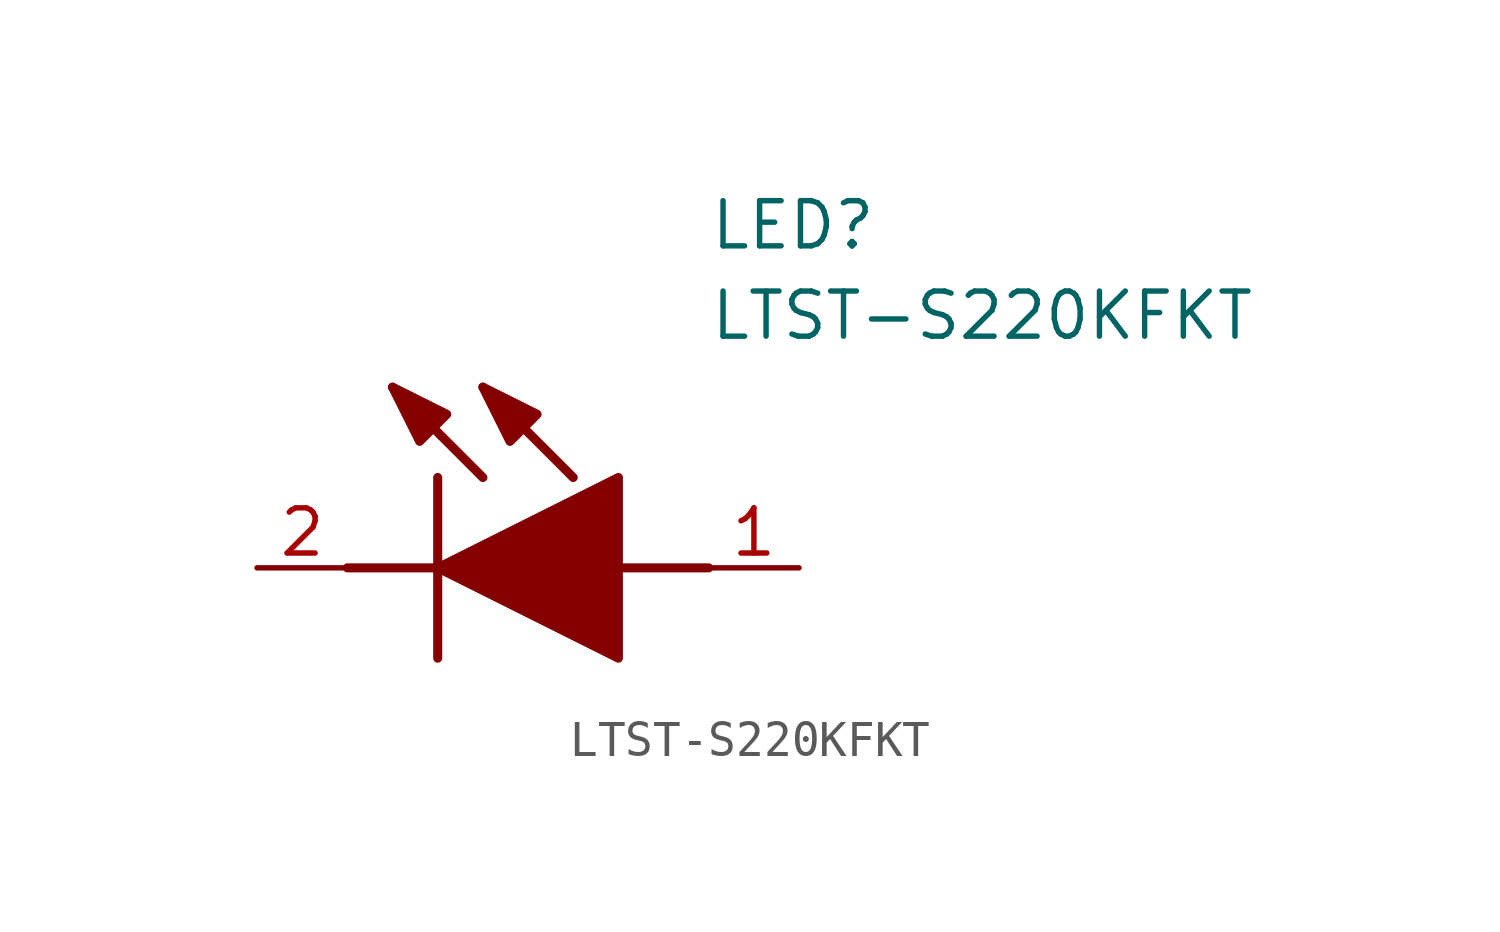
<source format=kicad_sym>
(kicad_symbol_lib
  (version 20211014)
  (generator SamacSys_ECAD_Model)
  (symbol "LTST-S220KFKT"
    (pin_names hide)
    (property "Reference" "LED"
      (at 12.7 8.89 0)
      (effects (font (size 1.27 1.27)) (justify left bottom)))
    (property "Value" "LTST-S220KFKT"
      (at 12.7 6.35 0)
      (effects (font (size 1.27 1.27)) (justify left bottom)))
    (polyline
      (pts (xy 5.08 2.54) (xy 5.08 -2.54))
      (stroke (width 0.254) (type default))
      (fill (type none)))
    (polyline
      (pts (xy 6.35 2.54) (xy 3.81 5.08))
      (stroke (width 0.254) (type default))
      (fill (type none)))
    (polyline
      (pts (xy 8.89 2.54) (xy 6.35 5.08))
      (stroke (width 0.254) (type default))
      (fill (type none)))
    (polyline
      (pts (xy 2.54 0) (xy 5.08 0))
      (stroke (width 0.254) (type default))
      (fill (type none)))
    (polyline
      (pts (xy 10.16 0) (xy 12.7 0))
      (stroke (width 0.254) (type default))
      (fill (type none)))
    (polyline
      (pts (xy 5.08 0) (xy 10.16 2.54) (xy 10.16 -2.54) (xy 5.08 0))
      (stroke (width 0.254) (type default))
      (fill (type outline)))
    (polyline
      (pts (xy 5.334 4.318) (xy 4.572 3.556) (xy 3.81 5.08) (xy 5.334 4.318))
      (stroke (width 0.254) (type default))
      (fill (type outline)))
    (polyline
      (pts (xy 7.874 4.318) (xy 7.112 3.556) (xy 6.35 5.08) (xy 7.874 4.318))
      (stroke (width 0.254) (type default))
      (fill (type outline)))
    (pin passive line
      (at 0 0 0)
      (length 2.54)
      (name "K" (effects (font (size 1.27 1.27))))
      (number "2" (effects (font (size 1.27 1.27)))))
    (pin passive line
      (at 15.24 0 180)
      (length 2.54)
      (name "A" (effects (font (size 1.27 1.27))))
      (number "1" (effects (font (size 1.27 1.27)))))))
</source>
